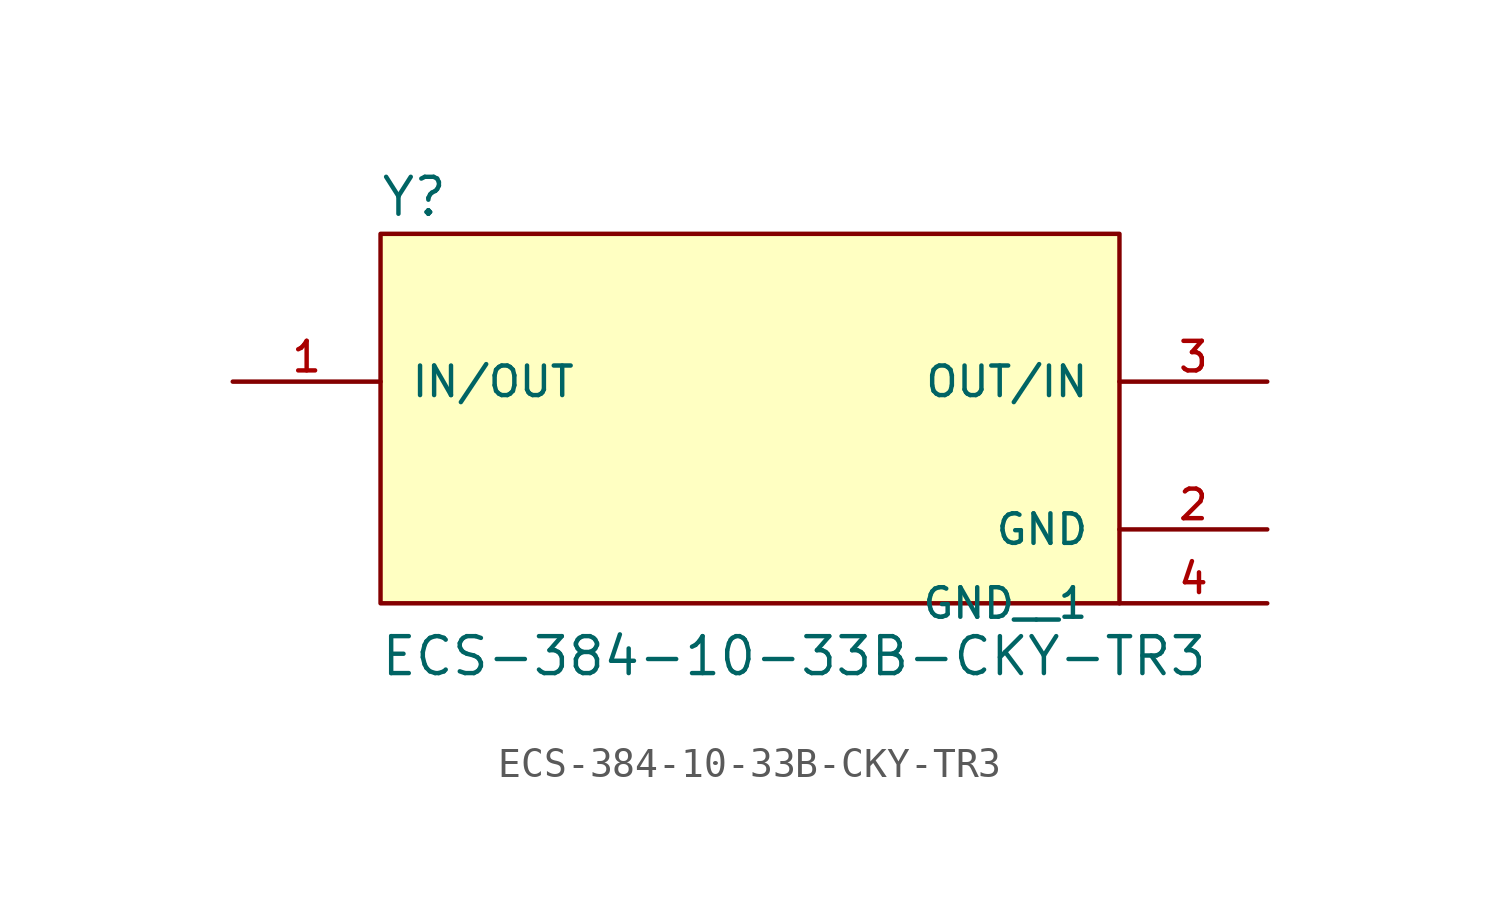
<source format=kicad_sym>
(kicad_symbol_lib
  (version 20211014)
  (generator kicad_symbol_editor)
  (symbol "ECS-384-10-33B-CKY-TR3"
    (pin_names
      (offset 1.016))
    (property "Reference" "Y"
      (at -12.729 8.147 0)
      (effects (font (size 1.27 1.27)) (justify bottom left)))
    (property "Value" "ECS-384-10-33B-CKY-TR3"
      (at -12.737 -7.642 0)
      (effects (font (size 1.27 1.27)) (justify bottom left)))
    (symbol "ECS-384-10-33B-CKY-TR3_0_0"
      (rectangle (start -12.7 -5.08) (end 12.7 7.62) (stroke (width 0.152)) (fill (type background)))
      (pin bidirectional line (at -17.78 2.54 0) (length 5.08) (name "IN/OUT" (effects (font (size 1.016 1.016)))) (number "1" (effects (font (size 1.016 1.016)))))
      (pin bidirectional line (at 17.78 2.54 180.0) (length 5.08) (name "OUT/IN" (effects (font (size 1.016 1.016)))) (number "3" (effects (font (size 1.016 1.016)))))
      (pin power_in line (at 17.78 -2.54 180.0) (length 5.08) (name "GND" (effects (font (size 1.016 1.016)))) (number "2" (effects (font (size 1.016 1.016)))))
      (pin power_in line (at 17.78 -5.08 180.0) (length 5.08) (name "GND__1" (effects (font (size 1.016 1.016)))) (number "4" (effects (font (size 1.016 1.016))))))))
</source>
